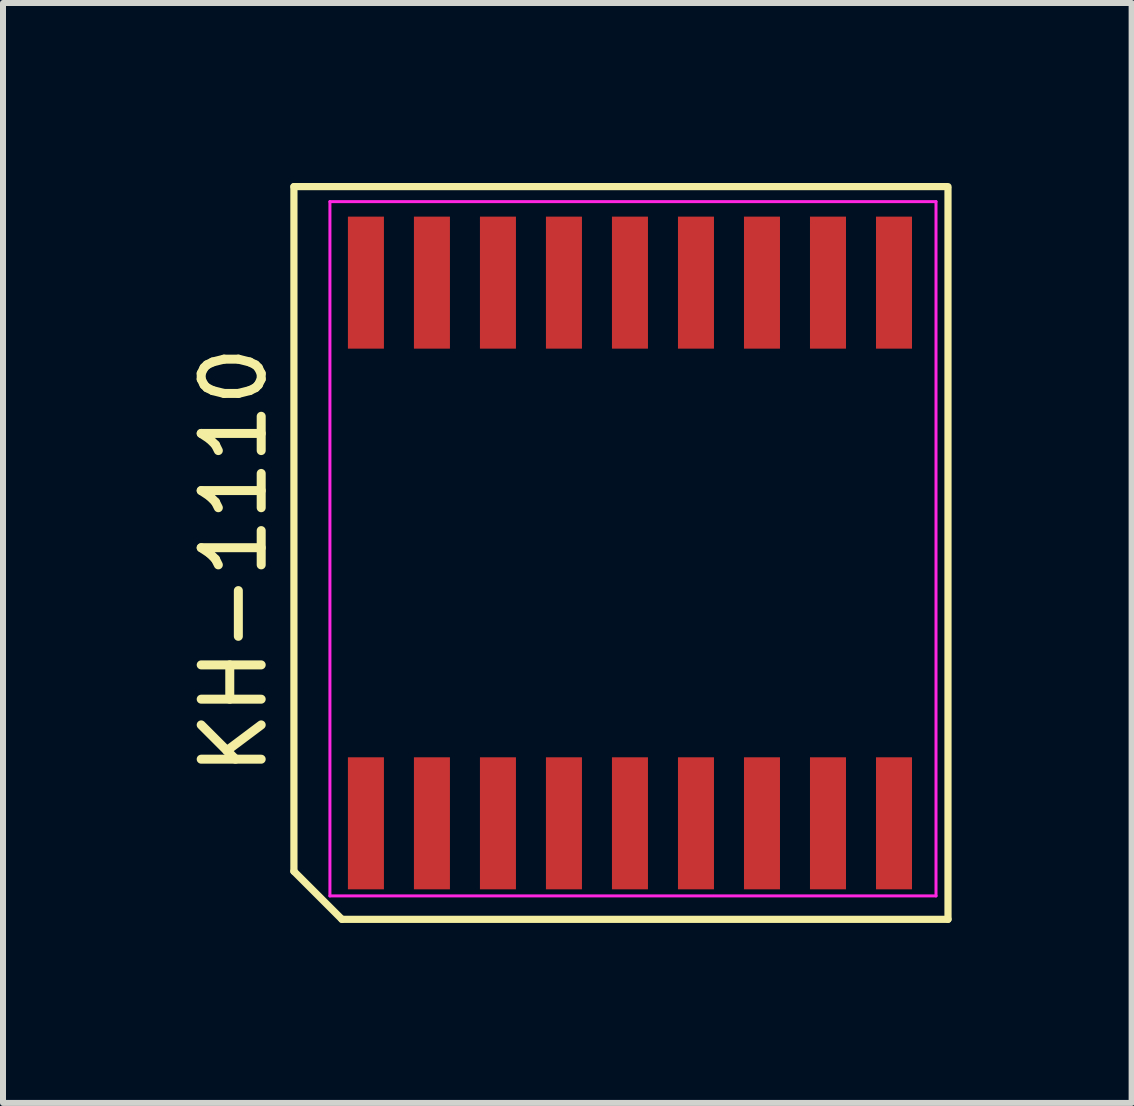
<source format=kicad_pcb>
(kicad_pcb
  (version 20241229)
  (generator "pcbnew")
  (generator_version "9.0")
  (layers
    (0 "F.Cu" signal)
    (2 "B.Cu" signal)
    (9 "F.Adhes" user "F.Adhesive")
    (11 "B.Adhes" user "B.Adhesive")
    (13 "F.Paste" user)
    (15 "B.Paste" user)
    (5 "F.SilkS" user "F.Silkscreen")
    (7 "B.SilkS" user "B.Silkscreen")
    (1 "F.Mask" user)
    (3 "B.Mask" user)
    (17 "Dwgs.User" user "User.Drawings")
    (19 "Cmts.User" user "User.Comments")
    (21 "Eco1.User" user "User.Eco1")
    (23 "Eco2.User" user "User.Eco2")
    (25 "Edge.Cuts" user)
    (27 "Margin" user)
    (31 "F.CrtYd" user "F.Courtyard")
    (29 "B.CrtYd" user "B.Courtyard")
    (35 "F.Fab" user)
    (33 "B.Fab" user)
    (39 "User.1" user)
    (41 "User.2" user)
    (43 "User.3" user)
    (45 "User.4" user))
  (footprint "KH-1110"
    (layer "F.Cu")
    (at 7.448 6.292)
    (property "Reference" "KH-1110" (at -6.6 0 90) (layer "F.SilkS") (effects (font (size 1 1) (thickness 0.15))))
    (attr smd)
    (fp_line (start -5.6 -6.232) (end 5.3 -6.232) (stroke (width 0.12) (type solid)) (layer "F.SilkS"))
    (fp_line (start -5.6 5.178) (end -5.6 -6.232) (stroke (width 0.12) (type solid)) (layer "F.SilkS"))
    (fp_line (start -4.8 5.978) (end -5.6 5.178) (stroke (width 0.12) (type solid)) (layer "F.SilkS"))
    (fp_line (start 5.3 -6.2) (end 5.3 5.978) (stroke (width 0.12) (type solid)) (layer "F.SilkS"))
    (fp_line (start 5.3 5.978) (end -4.8 5.978) (stroke (width 0.12) (type solid)) (layer "F.SilkS"))
    (fp_line (start -5 -5.982) (end 5.1 -5.982) (stroke (width 0.05) (type solid)) (layer "F.CrtYd"))
    (fp_line (start -5 5.588) (end -5 -5.982) (stroke (width 0.05) (type solid)) (layer "F.CrtYd"))
    (fp_line (start 5.1 -5.982) (end 5.1 5.588) (stroke (width 0.05) (type solid)) (layer "F.CrtYd"))
    (fp_line (start 5.1 5.588) (end -5 5.588) (stroke (width 0.05) (type solid)) (layer "F.CrtYd"))
    (pad "1" smd rect (at -4.4 4.378) (size 0.6 2.2) (layers "F.Cu" "F.Mask" "F.Paste"))
    (pad "2" smd rect (at -3.3 4.378) (size 0.6 2.2) (layers "F.Cu" "F.Mask" "F.Paste"))
    (pad "3" smd rect (at -2.2 4.378) (size 0.6 2.2) (layers "F.Cu" "F.Mask" "F.Paste"))
    (pad "4" smd rect (at -1.1 4.378) (size 0.6 2.2) (layers "F.Cu" "F.Mask" "F.Paste"))
    (pad "5" smd rect (at 0 4.378) (size 0.6 2.2) (layers "F.Cu" "F.Mask" "F.Paste"))
    (pad "6" smd rect (at 1.1 4.378) (size 0.6 2.2) (layers "F.Cu" "F.Mask" "F.Paste"))
    (pad "7" smd rect (at 2.2 4.378) (size 0.6 2.2) (layers "F.Cu" "F.Mask" "F.Paste"))
    (pad "8" smd rect (at 3.3 4.378) (size 0.6 2.2) (layers "F.Cu" "F.Mask" "F.Paste"))
    (pad "9" smd rect (at 4.4 4.378) (size 0.6 2.2) (layers "F.Cu" "F.Mask" "F.Paste"))
    (pad "10" smd rect (at 4.4 -4.632) (size 0.6 2.2) (layers "F.Cu" "F.Mask" "F.Paste"))
    (pad "11" smd rect (at 3.3 -4.632) (size 0.6 2.2) (layers "F.Cu" "F.Mask" "F.Paste"))
    (pad "12" smd rect (at 2.2 -4.632) (size 0.6 2.2) (layers "F.Cu" "F.Mask" "F.Paste"))
    (pad "13" smd rect (at 1.1 -4.632) (size 0.6 2.2) (layers "F.Cu" "F.Mask" "F.Paste"))
    (pad "14" smd rect (at 0 -4.632) (size 0.6 2.2) (layers "F.Cu" "F.Mask" "F.Paste"))
    (pad "15" smd rect (at -1.1 -4.632) (size 0.6 2.2) (layers "F.Cu" "F.Mask" "F.Paste"))
    (pad "16" smd rect (at -2.2 -4.632) (size 0.6 2.2) (layers "F.Cu" "F.Mask" "F.Paste"))
    (pad "17" smd rect (at -3.3 -4.632) (size 0.6 2.2) (layers "F.Cu" "F.Mask" "F.Paste"))
    (pad "18" smd rect (at -4.4 -4.632) (size 0.6 2.2) (layers "F.Cu" "F.Mask" "F.Paste")))
  (gr_rect
    (start -3 -3)
    (end 15.808 15.33)
    (stroke (width 0.1) (type default))
    (fill no)
    (layer "Edge.Cuts")))
</source>
